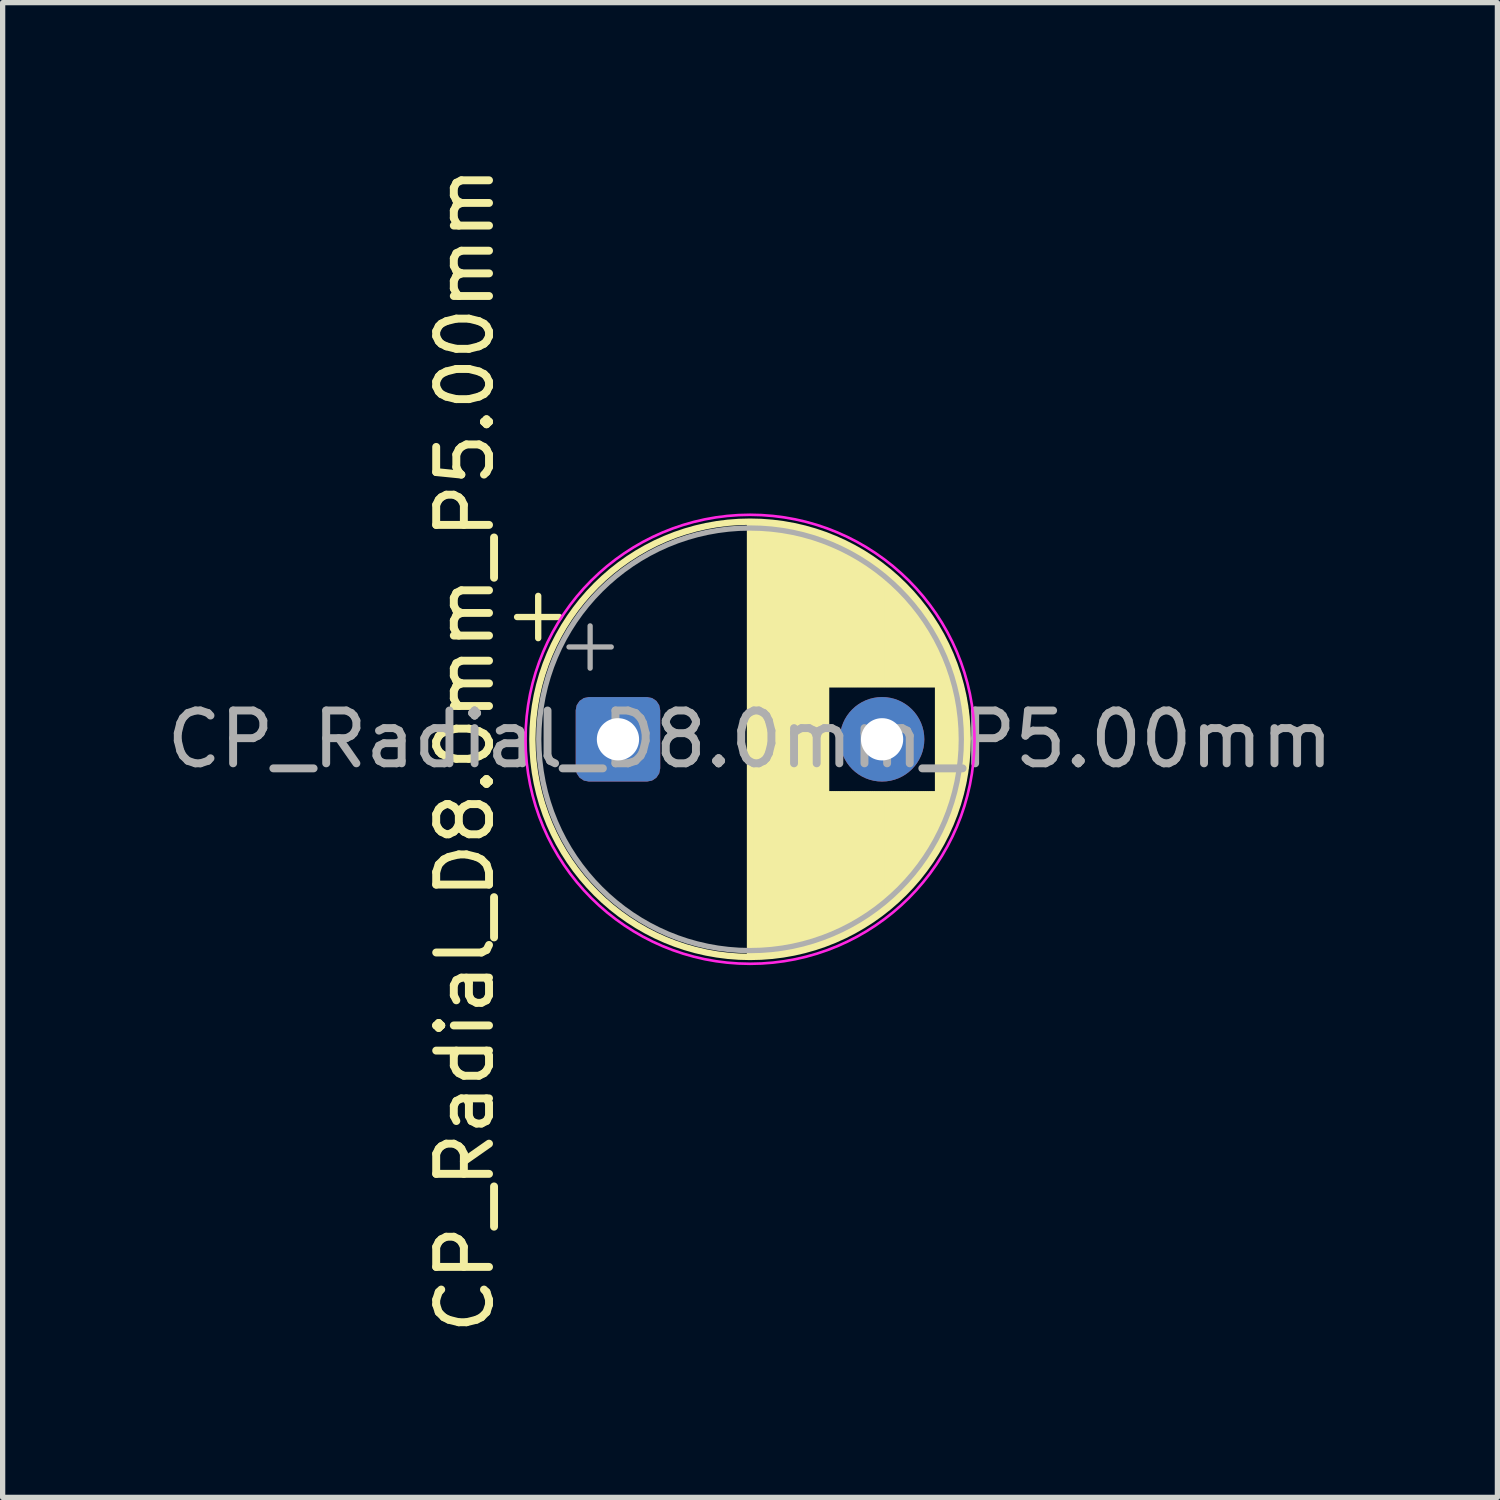
<source format=kicad_pcb>
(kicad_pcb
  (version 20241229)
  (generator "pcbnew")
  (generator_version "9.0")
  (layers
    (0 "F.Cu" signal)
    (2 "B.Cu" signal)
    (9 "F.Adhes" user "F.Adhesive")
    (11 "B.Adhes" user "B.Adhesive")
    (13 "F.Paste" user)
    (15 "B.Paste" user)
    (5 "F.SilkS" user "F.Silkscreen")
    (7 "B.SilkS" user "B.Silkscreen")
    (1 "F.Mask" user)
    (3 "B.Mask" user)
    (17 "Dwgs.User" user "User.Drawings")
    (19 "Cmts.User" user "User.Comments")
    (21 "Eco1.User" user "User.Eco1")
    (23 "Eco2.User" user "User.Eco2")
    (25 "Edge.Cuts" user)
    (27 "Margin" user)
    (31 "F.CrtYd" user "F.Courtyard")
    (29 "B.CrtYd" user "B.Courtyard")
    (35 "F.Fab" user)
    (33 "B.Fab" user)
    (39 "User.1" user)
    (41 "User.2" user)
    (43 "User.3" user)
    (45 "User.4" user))
  (footprint "CP_Radial_D8.0mm_P5.00mm"
    (layer "F.Cu")
    (at 8.649 10.946)
    (property "Reference" "CP_Radial_D8.0mm_P5.00mm" (at -2.896 0.203 90) (unlocked yes) (layer "F.SilkS") (effects (font (size 1 1) (thickness 0.15))))
    (attr through_hole)
    (fp_line (start -1.91 -2.315) (end -1.11 -2.315) (stroke (width 0.12) (type solid)) (layer "F.SilkS"))
    (fp_line (start -1.51 -2.715) (end -1.51 -1.915) (stroke (width 0.12) (type solid)) (layer "F.SilkS"))
    (fp_line (start 2.5 -4.08) (end 2.5 4.08) (stroke (width 0.12) (type solid)) (layer "F.SilkS"))
    (fp_line (start 2.54 -4.08) (end 2.54 4.08) (stroke (width 0.12) (type solid)) (layer "F.SilkS"))
    (fp_line (start 2.58 -4.079) (end 2.58 4.079) (stroke (width 0.12) (type solid)) (layer "F.SilkS"))
    (fp_line (start 2.62 -4.078) (end 2.62 4.078) (stroke (width 0.12) (type solid)) (layer "F.SilkS"))
    (fp_line (start 2.66 -4.077) (end 2.66 4.077) (stroke (width 0.12) (type solid)) (layer "F.SilkS"))
    (fp_line (start 2.7 -4.075) (end 2.7 4.075) (stroke (width 0.12) (type solid)) (layer "F.SilkS"))
    (fp_line (start 2.74 -4.073) (end 2.74 4.073) (stroke (width 0.12) (type solid)) (layer "F.SilkS"))
    (fp_line (start 2.78 -4.07) (end 2.78 4.07) (stroke (width 0.12) (type solid)) (layer "F.SilkS"))
    (fp_line (start 2.82 -4.068) (end 2.82 4.068) (stroke (width 0.12) (type solid)) (layer "F.SilkS"))
    (fp_line (start 2.86 -4.064) (end 2.86 4.064) (stroke (width 0.12) (type solid)) (layer "F.SilkS"))
    (fp_line (start 2.9 -4.061) (end 2.9 4.061) (stroke (width 0.12) (type solid)) (layer "F.SilkS"))
    (fp_line (start 2.94 -4.056) (end 2.94 4.056) (stroke (width 0.12) (type solid)) (layer "F.SilkS"))
    (fp_line (start 2.98 -4.052) (end 2.98 4.052) (stroke (width 0.12) (type solid)) (layer "F.SilkS"))
    (fp_line (start 3.02 -4.047) (end 3.02 4.047) (stroke (width 0.12) (type solid)) (layer "F.SilkS"))
    (fp_line (start 3.06 -4.042) (end 3.06 4.042) (stroke (width 0.12) (type solid)) (layer "F.SilkS"))
    (fp_line (start 3.1 -4.036) (end 3.1 4.036) (stroke (width 0.12) (type solid)) (layer "F.SilkS"))
    (fp_line (start 3.14 -4.03) (end 3.14 4.03) (stroke (width 0.12) (type solid)) (layer "F.SilkS"))
    (fp_line (start 3.18 -4.023) (end 3.18 4.023) (stroke (width 0.12) (type solid)) (layer "F.SilkS"))
    (fp_line (start 3.22 -4.017) (end 3.22 4.017) (stroke (width 0.12) (type solid)) (layer "F.SilkS"))
    (fp_line (start 3.26 -4.009) (end 3.26 4.009) (stroke (width 0.12) (type solid)) (layer "F.SilkS"))
    (fp_line (start 3.3 -4.002) (end 3.3 4.002) (stroke (width 0.12) (type solid)) (layer "F.SilkS"))
    (fp_line (start 3.34 -3.993) (end 3.34 3.993) (stroke (width 0.12) (type solid)) (layer "F.SilkS"))
    (fp_line (start 3.38 -3.985) (end 3.38 3.985) (stroke (width 0.12) (type solid)) (layer "F.SilkS"))
    (fp_line (start 3.42 -3.976) (end 3.42 3.976) (stroke (width 0.12) (type solid)) (layer "F.SilkS"))
    (fp_line (start 3.46 -3.967) (end 3.46 3.967) (stroke (width 0.12) (type solid)) (layer "F.SilkS"))
    (fp_line (start 3.5 -3.957) (end 3.5 3.957) (stroke (width 0.12) (type solid)) (layer "F.SilkS"))
    (fp_line (start 3.54 -3.947) (end 3.54 3.947) (stroke (width 0.12) (type solid)) (layer "F.SilkS"))
    (fp_line (start 3.58 -3.936) (end 3.58 3.936) (stroke (width 0.12) (type solid)) (layer "F.SilkS"))
    (fp_line (start 3.62 -3.925) (end 3.62 3.925) (stroke (width 0.12) (type solid)) (layer "F.SilkS"))
    (fp_line (start 3.66 -3.913) (end 3.66 3.913) (stroke (width 0.12) (type solid)) (layer "F.SilkS"))
    (fp_line (start 3.7 -3.901) (end 3.7 3.901) (stroke (width 0.12) (type solid)) (layer "F.SilkS"))
    (fp_line (start 3.74 -3.889) (end 3.74 3.889) (stroke (width 0.12) (type solid)) (layer "F.SilkS"))
    (fp_line (start 3.78 -3.876) (end 3.78 3.876) (stroke (width 0.12) (type solid)) (layer "F.SilkS"))
    (fp_line (start 3.82 -3.863) (end 3.82 3.863) (stroke (width 0.12) (type solid)) (layer "F.SilkS"))
    (fp_line (start 3.86 -3.849) (end 3.86 3.849) (stroke (width 0.12) (type solid)) (layer "F.SilkS"))
    (fp_line (start 3.9 -3.835) (end 3.9 3.835) (stroke (width 0.12) (type solid)) (layer "F.SilkS"))
    (fp_line (start 3.94 -3.82) (end 3.94 3.82) (stroke (width 0.12) (type solid)) (layer "F.SilkS"))
    (fp_line (start 3.98 -3.805) (end 3.98 -1.04) (stroke (width 0.12) (type solid)) (layer "F.SilkS"))
    (fp_line (start 3.98 1.04) (end 3.98 3.805) (stroke (width 0.12) (type solid)) (layer "F.SilkS"))
    (fp_line (start 4.02 -3.789) (end 4.02 -1.04) (stroke (width 0.12) (type solid)) (layer "F.SilkS"))
    (fp_line (start 4.02 1.04) (end 4.02 3.789) (stroke (width 0.12) (type solid)) (layer "F.SilkS"))
    (fp_line (start 4.06 -3.773) (end 4.06 -1.04) (stroke (width 0.12) (type solid)) (layer "F.SilkS"))
    (fp_line (start 4.06 1.04) (end 4.06 3.773) (stroke (width 0.12) (type solid)) (layer "F.SilkS"))
    (fp_line (start 4.1 -3.757) (end 4.1 -1.04) (stroke (width 0.12) (type solid)) (layer "F.SilkS"))
    (fp_line (start 4.1 1.04) (end 4.1 3.757) (stroke (width 0.12) (type solid)) (layer "F.SilkS"))
    (fp_line (start 4.14 -3.74) (end 4.14 -1.04) (stroke (width 0.12) (type solid)) (layer "F.SilkS"))
    (fp_line (start 4.14 1.04) (end 4.14 3.74) (stroke (width 0.12) (type solid)) (layer "F.SilkS"))
    (fp_line (start 4.18 -3.722) (end 4.18 -1.04) (stroke (width 0.12) (type solid)) (layer "F.SilkS"))
    (fp_line (start 4.18 1.04) (end 4.18 3.722) (stroke (width 0.12) (type solid)) (layer "F.SilkS"))
    (fp_line (start 4.22 -3.704) (end 4.22 -1.04) (stroke (width 0.12) (type solid)) (layer "F.SilkS"))
    (fp_line (start 4.22 1.04) (end 4.22 3.704) (stroke (width 0.12) (type solid)) (layer "F.SilkS"))
    (fp_line (start 4.26 -3.685) (end 4.26 -1.04) (stroke (width 0.12) (type solid)) (layer "F.SilkS"))
    (fp_line (start 4.26 1.04) (end 4.26 3.685) (stroke (width 0.12) (type solid)) (layer "F.SilkS"))
    (fp_line (start 4.3 -3.666) (end 4.3 -1.04) (stroke (width 0.12) (type solid)) (layer "F.SilkS"))
    (fp_line (start 4.3 1.04) (end 4.3 3.666) (stroke (width 0.12) (type solid)) (layer "F.SilkS"))
    (fp_line (start 4.34 -3.646) (end 4.34 -1.04) (stroke (width 0.12) (type solid)) (layer "F.SilkS"))
    (fp_line (start 4.34 1.04) (end 4.34 3.646) (stroke (width 0.12) (type solid)) (layer "F.SilkS"))
    (fp_line (start 4.38 -3.626) (end 4.38 -1.04) (stroke (width 0.12) (type solid)) (layer "F.SilkS"))
    (fp_line (start 4.38 1.04) (end 4.38 3.626) (stroke (width 0.12) (type solid)) (layer "F.SilkS"))
    (fp_line (start 4.42 -3.605) (end 4.42 -1.04) (stroke (width 0.12) (type solid)) (layer "F.SilkS"))
    (fp_line (start 4.42 1.04) (end 4.42 3.605) (stroke (width 0.12) (type solid)) (layer "F.SilkS"))
    (fp_line (start 4.46 -3.584) (end 4.46 -1.04) (stroke (width 0.12) (type solid)) (layer "F.SilkS"))
    (fp_line (start 4.46 1.04) (end 4.46 3.584) (stroke (width 0.12) (type solid)) (layer "F.SilkS"))
    (fp_line (start 4.5 -3.562) (end 4.5 -1.04) (stroke (width 0.12) (type solid)) (layer "F.SilkS"))
    (fp_line (start 4.5 1.04) (end 4.5 3.562) (stroke (width 0.12) (type solid)) (layer "F.SilkS"))
    (fp_line (start 4.54 -3.539) (end 4.54 -1.04) (stroke (width 0.12) (type solid)) (layer "F.SilkS"))
    (fp_line (start 4.54 1.04) (end 4.54 3.539) (stroke (width 0.12) (type solid)) (layer "F.SilkS"))
    (fp_line (start 4.58 -3.516) (end 4.58 -1.04) (stroke (width 0.12) (type solid)) (layer "F.SilkS"))
    (fp_line (start 4.58 1.04) (end 4.58 3.516) (stroke (width 0.12) (type solid)) (layer "F.SilkS"))
    (fp_line (start 4.62 -3.493) (end 4.62 -1.04) (stroke (width 0.12) (type solid)) (layer "F.SilkS"))
    (fp_line (start 4.62 1.04) (end 4.62 3.493) (stroke (width 0.12) (type solid)) (layer "F.SilkS"))
    (fp_line (start 4.66 -3.468) (end 4.66 -1.04) (stroke (width 0.12) (type solid)) (layer "F.SilkS"))
    (fp_line (start 4.66 1.04) (end 4.66 3.468) (stroke (width 0.12) (type solid)) (layer "F.SilkS"))
    (fp_line (start 4.7 -3.443) (end 4.7 -1.04) (stroke (width 0.12) (type solid)) (layer "F.SilkS"))
    (fp_line (start 4.7 1.04) (end 4.7 3.443) (stroke (width 0.12) (type solid)) (layer "F.SilkS"))
    (fp_line (start 4.74 -3.418) (end 4.74 -1.04) (stroke (width 0.12) (type solid)) (layer "F.SilkS"))
    (fp_line (start 4.74 1.04) (end 4.74 3.418) (stroke (width 0.12) (type solid)) (layer "F.SilkS"))
    (fp_line (start 4.78 -3.392) (end 4.78 -1.04) (stroke (width 0.12) (type solid)) (layer "F.SilkS"))
    (fp_line (start 4.78 1.04) (end 4.78 3.392) (stroke (width 0.12) (type solid)) (layer "F.SilkS"))
    (fp_line (start 4.82 -3.365) (end 4.82 -1.04) (stroke (width 0.12) (type solid)) (layer "F.SilkS"))
    (fp_line (start 4.82 1.04) (end 4.82 3.365) (stroke (width 0.12) (type solid)) (layer "F.SilkS"))
    (fp_line (start 4.86 -3.337) (end 4.86 -1.04) (stroke (width 0.12) (type solid)) (layer "F.SilkS"))
    (fp_line (start 4.86 1.04) (end 4.86 3.337) (stroke (width 0.12) (type solid)) (layer "F.SilkS"))
    (fp_line (start 4.9 -3.309) (end 4.9 -1.04) (stroke (width 0.12) (type solid)) (layer "F.SilkS"))
    (fp_line (start 4.9 1.04) (end 4.9 3.309) (stroke (width 0.12) (type solid)) (layer "F.SilkS"))
    (fp_line (start 4.94 -3.28) (end 4.94 -1.04) (stroke (width 0.12) (type solid)) (layer "F.SilkS"))
    (fp_line (start 4.94 1.04) (end 4.94 3.28) (stroke (width 0.12) (type solid)) (layer "F.SilkS"))
    (fp_line (start 4.98 -3.25) (end 4.98 -1.04) (stroke (width 0.12) (type solid)) (layer "F.SilkS"))
    (fp_line (start 4.98 1.04) (end 4.98 3.25) (stroke (width 0.12) (type solid)) (layer "F.SilkS"))
    (fp_line (start 5.02 -3.219) (end 5.02 -1.04) (stroke (width 0.12) (type solid)) (layer "F.SilkS"))
    (fp_line (start 5.02 1.04) (end 5.02 3.219) (stroke (width 0.12) (type solid)) (layer "F.SilkS"))
    (fp_line (start 5.06 -3.188) (end 5.06 -1.04) (stroke (width 0.12) (type solid)) (layer "F.SilkS"))
    (fp_line (start 5.06 1.04) (end 5.06 3.188) (stroke (width 0.12) (type solid)) (layer "F.SilkS"))
    (fp_line (start 5.1 -3.156) (end 5.1 -1.04) (stroke (width 0.12) (type solid)) (layer "F.SilkS"))
    (fp_line (start 5.1 1.04) (end 5.1 3.156) (stroke (width 0.12) (type solid)) (layer "F.SilkS"))
    (fp_line (start 5.14 -3.123) (end 5.14 -1.04) (stroke (width 0.12) (type solid)) (layer "F.SilkS"))
    (fp_line (start 5.14 1.04) (end 5.14 3.123) (stroke (width 0.12) (type solid)) (layer "F.SilkS"))
    (fp_line (start 5.18 -3.089) (end 5.18 -1.04) (stroke (width 0.12) (type solid)) (layer "F.SilkS"))
    (fp_line (start 5.18 1.04) (end 5.18 3.089) (stroke (width 0.12) (type solid)) (layer "F.SilkS"))
    (fp_line (start 5.22 -3.055) (end 5.22 -1.04) (stroke (width 0.12) (type solid)) (layer "F.SilkS"))
    (fp_line (start 5.22 1.04) (end 5.22 3.055) (stroke (width 0.12) (type solid)) (layer "F.SilkS"))
    (fp_line (start 5.26 -3.019) (end 5.26 -1.04) (stroke (width 0.12) (type solid)) (layer "F.SilkS"))
    (fp_line (start 5.26 1.04) (end 5.26 3.019) (stroke (width 0.12) (type solid)) (layer "F.SilkS"))
    (fp_line (start 5.3 -2.982) (end 5.3 -1.04) (stroke (width 0.12) (type solid)) (layer "F.SilkS"))
    (fp_line (start 5.3 1.04) (end 5.3 2.982) (stroke (width 0.12) (type solid)) (layer "F.SilkS"))
    (fp_line (start 5.34 -2.945) (end 5.34 -1.04) (stroke (width 0.12) (type solid)) (layer "F.SilkS"))
    (fp_line (start 5.34 1.04) (end 5.34 2.945) (stroke (width 0.12) (type solid)) (layer "F.SilkS"))
    (fp_line (start 5.38 -2.906) (end 5.38 -1.04) (stroke (width 0.12) (type solid)) (layer "F.SilkS"))
    (fp_line (start 5.38 1.04) (end 5.38 2.906) (stroke (width 0.12) (type solid)) (layer "F.SilkS"))
    (fp_line (start 5.42 -2.867) (end 5.42 -1.04) (stroke (width 0.12) (type solid)) (layer "F.SilkS"))
    (fp_line (start 5.42 1.04) (end 5.42 2.867) (stroke (width 0.12) (type solid)) (layer "F.SilkS"))
    (fp_line (start 5.46 -2.826) (end 5.46 -1.04) (stroke (width 0.12) (type solid)) (layer "F.SilkS"))
    (fp_line (start 5.46 1.04) (end 5.46 2.826) (stroke (width 0.12) (type solid)) (layer "F.SilkS"))
    (fp_line (start 5.5 -2.784) (end 5.5 -1.04) (stroke (width 0.12) (type solid)) (layer "F.SilkS"))
    (fp_line (start 5.5 1.04) (end 5.5 2.784) (stroke (width 0.12) (type solid)) (layer "F.SilkS"))
    (fp_line (start 5.54 -2.741) (end 5.54 -1.04) (stroke (width 0.12) (type solid)) (layer "F.SilkS"))
    (fp_line (start 5.54 1.04) (end 5.54 2.741) (stroke (width 0.12) (type solid)) (layer "F.SilkS"))
    (fp_line (start 5.58 -2.696) (end 5.58 -1.04) (stroke (width 0.12) (type solid)) (layer "F.SilkS"))
    (fp_line (start 5.58 1.04) (end 5.58 2.696) (stroke (width 0.12) (type solid)) (layer "F.SilkS"))
    (fp_line (start 5.62 -2.651) (end 5.62 -1.04) (stroke (width 0.12) (type solid)) (layer "F.SilkS"))
    (fp_line (start 5.62 1.04) (end 5.62 2.651) (stroke (width 0.12) (type solid)) (layer "F.SilkS"))
    (fp_line (start 5.66 -2.604) (end 5.66 -1.04) (stroke (width 0.12) (type solid)) (layer "F.SilkS"))
    (fp_line (start 5.66 1.04) (end 5.66 2.604) (stroke (width 0.12) (type solid)) (layer "F.SilkS"))
    (fp_line (start 5.7 -2.555) (end 5.7 -1.04) (stroke (width 0.12) (type solid)) (layer "F.SilkS"))
    (fp_line (start 5.7 1.04) (end 5.7 2.555) (stroke (width 0.12) (type solid)) (layer "F.SilkS"))
    (fp_line (start 5.74 -2.505) (end 5.74 -1.04) (stroke (width 0.12) (type solid)) (layer "F.SilkS"))
    (fp_line (start 5.74 1.04) (end 5.74 2.505) (stroke (width 0.12) (type solid)) (layer "F.SilkS"))
    (fp_line (start 5.78 -2.453) (end 5.78 -1.04) (stroke (width 0.12) (type solid)) (layer "F.SilkS"))
    (fp_line (start 5.78 1.04) (end 5.78 2.453) (stroke (width 0.12) (type solid)) (layer "F.SilkS"))
    (fp_line (start 5.82 -2.4) (end 5.82 -1.04) (stroke (width 0.12) (type solid)) (layer "F.SilkS"))
    (fp_line (start 5.82 1.04) (end 5.82 2.4) (stroke (width 0.12) (type solid)) (layer "F.SilkS"))
    (fp_line (start 5.86 -2.344) (end 5.86 -1.04) (stroke (width 0.12) (type solid)) (layer "F.SilkS"))
    (fp_line (start 5.86 1.04) (end 5.86 2.344) (stroke (width 0.12) (type solid)) (layer "F.SilkS"))
    (fp_line (start 5.9 -2.287) (end 5.9 -1.04) (stroke (width 0.12) (type solid)) (layer "F.SilkS"))
    (fp_line (start 5.9 1.04) (end 5.9 2.287) (stroke (width 0.12) (type solid)) (layer "F.SilkS"))
    (fp_line (start 5.94 -2.227) (end 5.94 -1.04) (stroke (width 0.12) (type solid)) (layer "F.SilkS"))
    (fp_line (start 5.94 1.04) (end 5.94 2.227) (stroke (width 0.12) (type solid)) (layer "F.SilkS"))
    (fp_line (start 5.98 -2.165) (end 5.98 -1.04) (stroke (width 0.12) (type solid)) (layer "F.SilkS"))
    (fp_line (start 5.98 1.04) (end 5.98 2.165) (stroke (width 0.12) (type solid)) (layer "F.SilkS"))
    (fp_line (start 6.02 -2.101) (end 6.02 -1.04) (stroke (width 0.12) (type solid)) (layer "F.SilkS"))
    (fp_line (start 6.02 1.04) (end 6.02 2.101) (stroke (width 0.12) (type solid)) (layer "F.SilkS"))
    (fp_line (start 6.06 -2.034) (end 6.06 2.034) (stroke (width 0.12) (type solid)) (layer "F.SilkS"))
    (fp_line (start 6.1 -1.964) (end 6.1 1.964) (stroke (width 0.12) (type solid)) (layer "F.SilkS"))
    (fp_line (start 6.14 -1.89) (end 6.14 1.89) (stroke (width 0.12) (type solid)) (layer "F.SilkS"))
    (fp_line (start 6.18 -1.813) (end 6.18 1.813) (stroke (width 0.12) (type solid)) (layer "F.SilkS"))
    (fp_line (start 6.22 -1.731) (end 6.22 1.731) (stroke (width 0.12) (type solid)) (layer "F.SilkS"))
    (fp_line (start 6.26 -1.644) (end 6.26 1.644) (stroke (width 0.12) (type solid)) (layer "F.SilkS"))
    (fp_line (start 6.3 -1.552) (end 6.3 1.552) (stroke (width 0.12) (type solid)) (layer "F.SilkS"))
    (fp_line (start 6.34 -1.453) (end 6.34 1.453) (stroke (width 0.12) (type solid)) (layer "F.SilkS"))
    (fp_line (start 6.38 -1.346) (end 6.38 1.346) (stroke (width 0.12) (type solid)) (layer "F.SilkS"))
    (fp_line (start 6.42 -1.228) (end 6.42 1.228) (stroke (width 0.12) (type solid)) (layer "F.SilkS"))
    (fp_line (start 6.46 -1.097) (end 6.46 1.097) (stroke (width 0.12) (type solid)) (layer "F.SilkS"))
    (fp_line (start 6.5 -0.947) (end 6.5 0.947) (stroke (width 0.12) (type solid)) (layer "F.SilkS"))
    (fp_line (start 6.54 -0.768) (end 6.54 0.768) (stroke (width 0.12) (type solid)) (layer "F.SilkS"))
    (fp_line (start 6.58 -0.533) (end 6.58 0.533) (stroke (width 0.12) (type solid)) (layer "F.SilkS"))
    (fp_circle (center 2.5 0) (end 6.62 0) (stroke (width 0.12) (type solid)) (fill no) (layer "F.SilkS"))
    (fp_circle (center 2.5 0) (end 6.75 0) (stroke (width 0.05) (type solid)) (fill no) (layer "F.CrtYd"))
    (fp_line (start -0.927 -1.748) (end -0.127 -1.748) (stroke (width 0.1) (type solid)) (layer "F.Fab"))
    (fp_line (start -0.527 -2.147) (end -0.527 -1.347) (stroke (width 0.1) (type solid)) (layer "F.Fab"))
    (fp_circle (center 2.5 0) (end 6.5 0) (stroke (width 0.1) (type solid)) (fill no) (layer "F.Fab"))
    (fp_text user "${REFERENCE}" (at 2.5 0 180) (layer "F.Fab") (effects (font (size 1 1) (thickness 0.15))))
    (pad "1" thru_hole roundrect (at 0 0) (size 1.6 1.6) (drill 0.8) (layers "*.Cu" "*.Mask") (roundrect_rratio 0.156))
    (pad "2" thru_hole circle (at 5 0) (size 1.6 1.6) (drill 0.8) (layers "*.Cu" "*.Mask")))
  (gr_rect
    (start -3 -3)
    (end 25.298 25.298)
    (stroke (width 0.1) (type default))
    (fill no)
    (layer "Edge.Cuts")))
</source>
